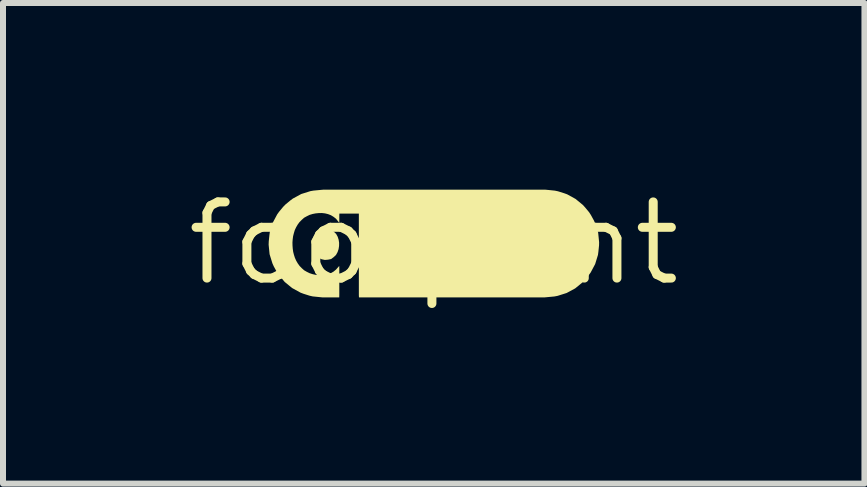
<source format=kicad_pcb>
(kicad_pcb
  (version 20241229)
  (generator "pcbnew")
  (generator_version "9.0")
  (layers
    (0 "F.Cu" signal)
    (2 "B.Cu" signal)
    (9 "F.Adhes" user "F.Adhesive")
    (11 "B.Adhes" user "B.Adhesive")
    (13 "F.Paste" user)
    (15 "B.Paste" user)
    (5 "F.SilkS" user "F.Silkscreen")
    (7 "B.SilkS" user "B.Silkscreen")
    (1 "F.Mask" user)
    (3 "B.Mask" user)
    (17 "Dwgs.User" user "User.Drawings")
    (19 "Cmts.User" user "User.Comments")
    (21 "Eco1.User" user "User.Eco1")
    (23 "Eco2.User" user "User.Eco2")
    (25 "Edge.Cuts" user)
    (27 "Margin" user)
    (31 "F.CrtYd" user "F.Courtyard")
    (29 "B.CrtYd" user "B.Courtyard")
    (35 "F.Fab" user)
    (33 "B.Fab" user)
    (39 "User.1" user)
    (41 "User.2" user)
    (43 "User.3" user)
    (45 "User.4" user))
  (footprint "footprint"
    (layer "F.Cu")
    (at 4.18 1.006)
    (property "Reference" "footprint" (at 0 0 0) (layer "F.SilkS") (effects (font (size 1.27 1.27) (thickness 0.15))))
    (fp_poly (pts (xy -1.761 -0.237) (xy -1.708 -0.227) (xy -1.665 -0.194) (xy -1.627 -0.157) (xy -1.601 -0.11) (xy -1.585 -0.06) (xy -1.577 -0.008) (xy -1.578 0.045) (xy -1.586 0.097) (xy -1.603 0.147) (xy -1.629 0.194) (xy -1.667 0.23) (xy -1.71 0.262) (xy -1.763 0.273) (xy -1.815 0.277) (xy -1.868 0.266) (xy -1.916 0.245) (xy -1.959 0.212) (xy -1.988 0.168) (xy -2.013 0.121) (xy -2.029 0.016) (xy -2.013 -0.089) (xy -1.987 -0.136) (xy -1.957 -0.179) (xy -1.914 -0.212) (xy -1.866 -0.232) (xy -1.813 -0.243)) (stroke (width 0) (type solid)) (fill yes) (layer "F.SilkS"))
    (fp_poly (pts (xy 1.914 -0.889) (xy 2.02 -0.878) (xy 2.072 -0.867) (xy 2.174 -0.835) (xy 2.224 -0.817) (xy 2.364 -0.74) (xy 2.487 -0.639) (xy 2.523 -0.599) (xy 2.591 -0.517) (xy 2.62 -0.472) (xy 2.671 -0.379) (xy 2.693 -0.33) (xy 2.741 -0.178) (xy 2.757 -0.019) (xy 2.756 0.034) (xy 2.745 0.14) (xy 2.738 0.193) (xy 2.691 0.346) (xy 2.616 0.487) (xy 2.585 0.53) (xy 2.518 0.612) (xy 2.481 0.651) (xy 2.357 0.752) (xy 2.216 0.828) (xy 2.064 0.876) (xy 2.012 0.886) (xy 1.853 0.901) (xy -1.246 0.901) (xy -1.248 0.867) (xy -1.248 -0.495) (xy -1.25 -0.495) (xy -1.573 -0.495) (xy -1.574 -0.461) (xy -1.574 -0.408) (xy -1.574 -0.34) (xy -1.628 -0.409) (xy -1.669 -0.441) (xy -1.713 -0.468) (xy -1.762 -0.487) (xy -1.812 -0.499) (xy -1.864 -0.505) (xy -1.916 -0.504) (xy -1.968 -0.499) (xy -2.019 -0.489) (xy -2.069 -0.474) (xy -2.116 -0.451) (xy -2.161 -0.426) (xy -2.2 -0.391) (xy -2.237 -0.354) (xy -2.268 -0.312) (xy -2.294 -0.267) (xy -2.316 -0.22) (xy -2.331 -0.17) (xy -2.344 -0.119) (xy -2.351 -0.067) (xy -2.355 -0.015) (xy -2.354 0.037) (xy -2.35 0.09) (xy -2.343 0.141) (xy -2.33 0.192) (xy -2.314 0.242) (xy -2.293 0.289) (xy -2.267 0.334) (xy -2.236 0.377) (xy -2.2 0.414) (xy -2.161 0.449) (xy -2.116 0.475) (xy -2.069 0.498) (xy -2.02 0.514) (xy -1.969 0.525) (xy -1.917 0.53) (xy -1.865 0.533) (xy -1.813 0.527) (xy -1.762 0.516) (xy -1.714 0.497) (xy -1.669 0.471) (xy -1.629 0.438) (xy -1.575 0.377) (xy -1.574 0.433) (xy -1.574 0.857) (xy -1.575 0.901) (xy -1.859 0.901) (xy -2.018 0.885) (xy -2.07 0.873) (xy -2.171 0.841) (xy -2.221 0.822) (xy -2.361 0.745) (xy -2.484 0.644) (xy -2.587 0.521) (xy -2.616 0.476) (xy -2.667 0.383) (xy -2.689 0.334) (xy -2.736 0.182) (xy -2.752 0.023) (xy -2.75 -0.031) (xy -2.739 -0.136) (xy -2.732 -0.189) (xy -2.684 -0.342) (xy -2.609 -0.483) (xy -2.578 -0.526) (xy -2.51 -0.608) (xy -2.473 -0.646) (xy -2.391 -0.714) (xy -2.348 -0.746) (xy -2.208 -0.822) (xy -2.055 -0.87) (xy -2.003 -0.879) (xy -1.844 -0.894) (xy 1.862 -0.894)) (stroke (width 0) (type solid)) (fill yes) (layer "F.SilkS")))
  (gr_rect
    (start -3 -3)
    (end 11.36 5.012)
    (stroke (width 0.1) (type default))
    (fill no)
    (layer "Edge.Cuts")))
</source>
